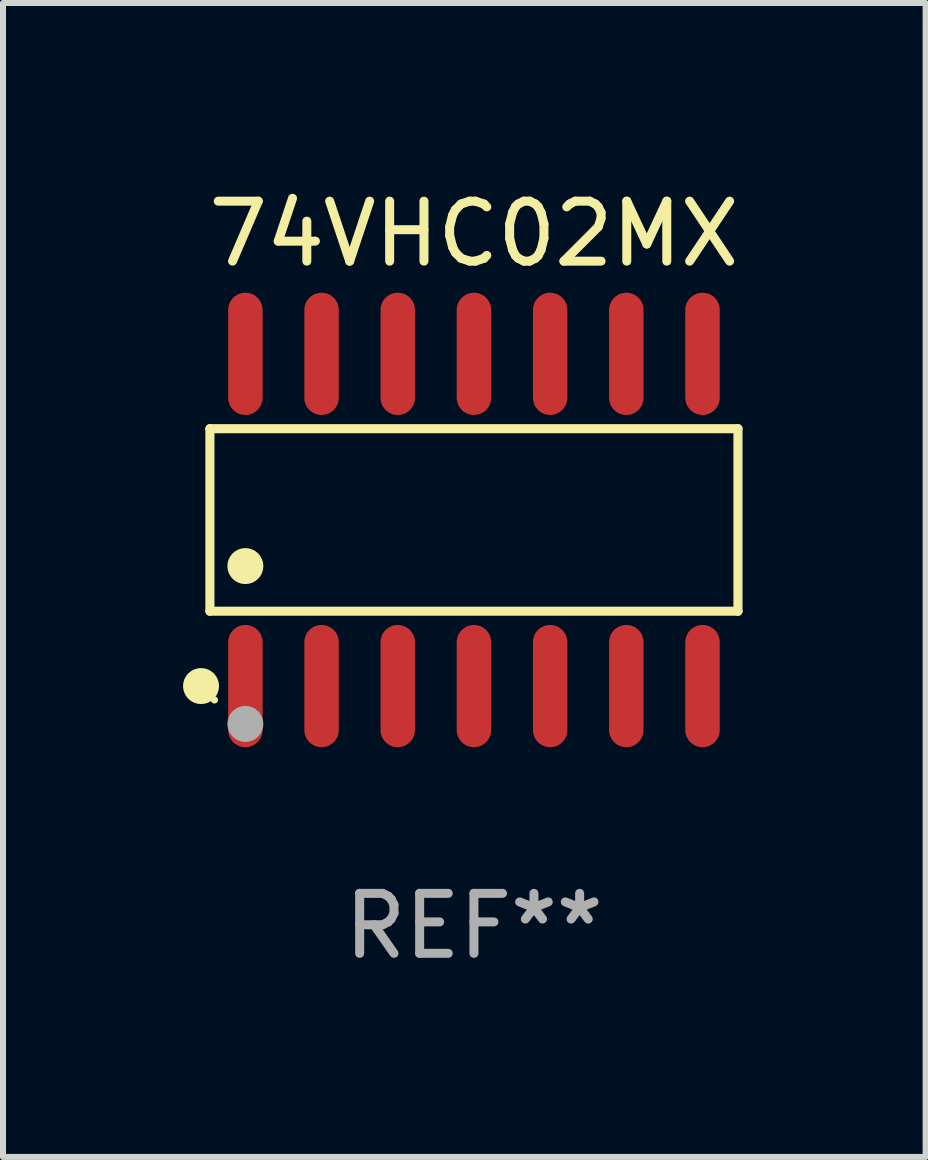
<source format=kicad_pcb>
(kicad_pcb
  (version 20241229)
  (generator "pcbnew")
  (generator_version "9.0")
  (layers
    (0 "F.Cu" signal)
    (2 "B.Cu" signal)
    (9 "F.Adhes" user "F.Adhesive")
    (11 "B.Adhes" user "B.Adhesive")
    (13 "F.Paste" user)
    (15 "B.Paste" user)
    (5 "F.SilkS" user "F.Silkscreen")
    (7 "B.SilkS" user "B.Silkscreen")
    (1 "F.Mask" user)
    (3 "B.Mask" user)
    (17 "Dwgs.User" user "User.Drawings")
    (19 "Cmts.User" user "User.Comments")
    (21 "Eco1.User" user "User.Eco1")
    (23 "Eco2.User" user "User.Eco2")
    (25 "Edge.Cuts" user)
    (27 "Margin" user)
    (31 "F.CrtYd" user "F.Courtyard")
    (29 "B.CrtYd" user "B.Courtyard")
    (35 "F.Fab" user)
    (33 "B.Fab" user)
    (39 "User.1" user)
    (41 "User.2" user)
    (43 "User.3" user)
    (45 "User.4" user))
  (footprint "74VHC02MX"
    (layer "F.Cu")
    (at 4.85 5.617)
    (property "Reference" "74VHC02MX" (at 0 -4.769 0) (layer "F.SilkS") (effects (font (size 1 1) (thickness 0.15))))
    (attr through_hole)
    (fp_line (start -4.401 -1.521) (end 4.401 -1.521) (stroke (width 0.152) (type solid)) (layer "F.SilkS"))
    (fp_line (start -4.401 1.521) (end -4.401 -1.521) (stroke (width 0.152) (type solid)) (layer "F.SilkS"))
    (fp_line (start 4.401 -1.521) (end 4.401 1.521) (stroke (width 0.152) (type solid)) (layer "F.SilkS"))
    (fp_line (start 4.401 1.521) (end -4.401 1.521) (stroke (width 0.152) (type solid)) (layer "F.SilkS"))
    (fp_circle (center -4.549 2.769) (end -4.399 2.769) (stroke (width 0.3) (type solid)) (fill no) (layer "F.SilkS"))
    (fp_circle (center -4.325 3) (end -4.295 3) (stroke (width 0.06) (type solid)) (fill no) (layer "F.SilkS"))
    (fp_circle (center -3.81 0.769) (end -3.66 0.769) (stroke (width 0.3) (type solid)) (fill no) (layer "F.SilkS"))
    (fp_circle (center -3.81 3.4) (end -3.66 3.4) (stroke (width 0.3) (type solid)) (fill no) (layer "F.Fab"))
    (fp_text user "REF**" (at 0 6.769 0) (layer "F.Fab") (effects (font (size 1 1) (thickness 0.15))))
    (pad "1" smd oval (at -3.81 2.769) (size 0.574 2.038) (layers "F.Cu" "F.Mask" "F.Paste"))
    (pad "2" smd oval (at -2.54 2.769) (size 0.574 2.038) (layers "F.Cu" "F.Mask" "F.Paste"))
    (pad "3" smd oval (at -1.27 2.769) (size 0.574 2.038) (layers "F.Cu" "F.Mask" "F.Paste"))
    (pad "4" smd oval (at 0 2.769) (size 0.574 2.038) (layers "F.Cu" "F.Mask" "F.Paste"))
    (pad "5" smd oval (at 1.27 2.769) (size 0.574 2.038) (layers "F.Cu" "F.Mask" "F.Paste"))
    (pad "6" smd oval (at 2.54 2.769) (size 0.574 2.038) (layers "F.Cu" "F.Mask" "F.Paste"))
    (pad "7" smd oval (at 3.81 2.769) (size 0.574 2.038) (layers "F.Cu" "F.Mask" "F.Paste"))
    (pad "8" smd oval (at 3.81 -2.769) (size 0.574 2.038) (layers "F.Cu" "F.Mask" "F.Paste"))
    (pad "9" smd oval (at 2.54 -2.769) (size 0.574 2.038) (layers "F.Cu" "F.Mask" "F.Paste"))
    (pad "10" smd oval (at 1.27 -2.769) (size 0.574 2.038) (layers "F.Cu" "F.Mask" "F.Paste"))
    (pad "11" smd oval (at 0 -2.769) (size 0.574 2.038) (layers "F.Cu" "F.Mask" "F.Paste"))
    (pad "12" smd oval (at -1.27 -2.769) (size 0.574 2.038) (layers "F.Cu" "F.Mask" "F.Paste"))
    (pad "13" smd oval (at -2.54 -2.769) (size 0.574 2.038) (layers "F.Cu" "F.Mask" "F.Paste"))
    (pad "14" smd oval (at -3.81 -2.769) (size 0.574 2.038) (layers "F.Cu" "F.Mask" "F.Paste")))
  (gr_rect
    (start -3 -3)
    (end 12.379 16.235)
    (stroke (width 0.1) (type default))
    (fill no)
    (layer "Edge.Cuts")))
</source>
